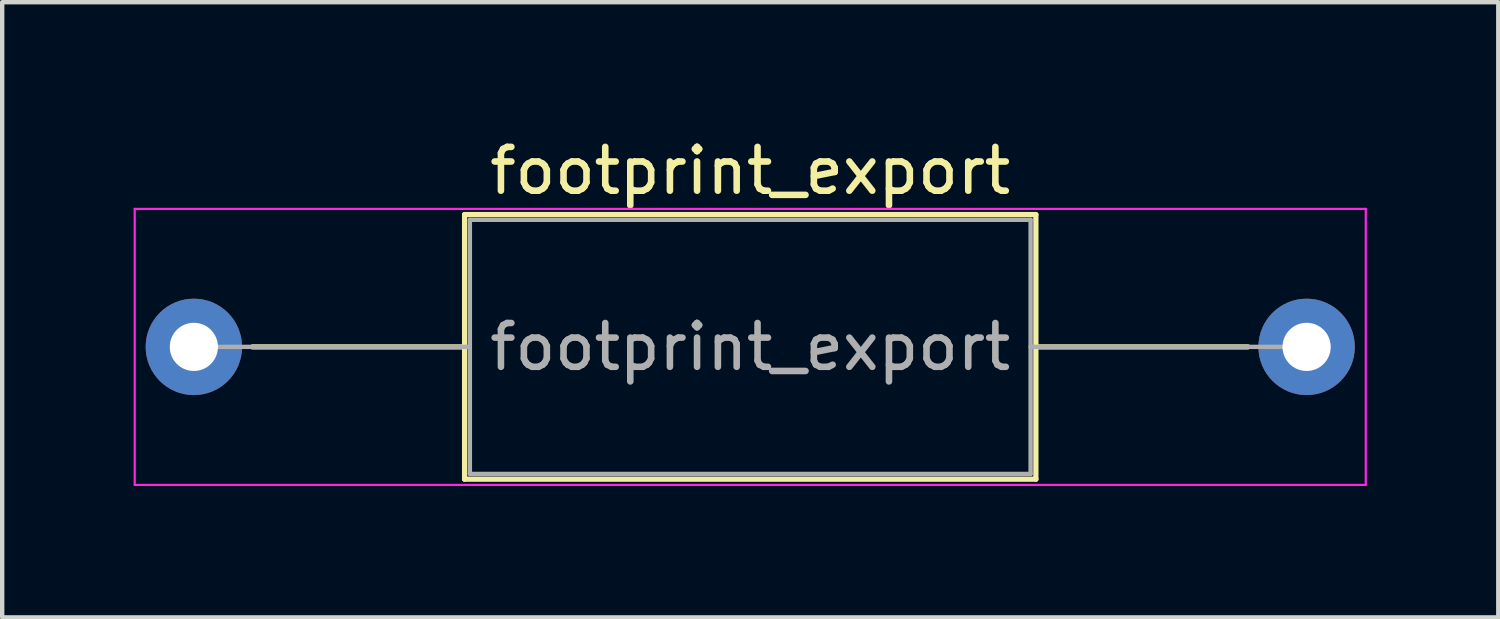
<source format=kicad_pcb>
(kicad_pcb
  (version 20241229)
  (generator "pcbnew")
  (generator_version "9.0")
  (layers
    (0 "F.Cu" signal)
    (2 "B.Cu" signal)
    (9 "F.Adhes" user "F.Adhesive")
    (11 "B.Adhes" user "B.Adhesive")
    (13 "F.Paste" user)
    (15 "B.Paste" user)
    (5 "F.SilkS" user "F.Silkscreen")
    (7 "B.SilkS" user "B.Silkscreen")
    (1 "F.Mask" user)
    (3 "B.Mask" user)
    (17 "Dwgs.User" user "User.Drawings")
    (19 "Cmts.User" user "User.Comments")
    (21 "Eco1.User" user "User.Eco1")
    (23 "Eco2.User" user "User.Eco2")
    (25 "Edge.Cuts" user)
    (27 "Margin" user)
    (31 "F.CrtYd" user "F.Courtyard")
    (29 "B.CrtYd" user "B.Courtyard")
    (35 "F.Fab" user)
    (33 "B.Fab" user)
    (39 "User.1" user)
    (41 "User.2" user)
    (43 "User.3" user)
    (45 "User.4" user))
  (footprint "footprint_export"
    (layer "F.Cu")
    (at 1.375 4.868)
    (property "Reference" "footprint_export" (at 12.7 -4.02 0) (layer "F.SilkS") (effects (font (size 1 1) (thickness 0.15))))
    (attr through_hole)
    (fp_line (start 1.34 0) (end 6.18 0) (stroke (width 0.12) (type solid)) (layer "F.SilkS"))
    (fp_line (start 6.18 -3.02) (end 6.18 3.02) (stroke (width 0.12) (type solid)) (layer "F.SilkS"))
    (fp_line (start 6.18 3.02) (end 19.22 3.02) (stroke (width 0.12) (type solid)) (layer "F.SilkS"))
    (fp_line (start 19.22 -3.02) (end 6.18 -3.02) (stroke (width 0.12) (type solid)) (layer "F.SilkS"))
    (fp_line (start 19.22 3.02) (end 19.22 -3.02) (stroke (width 0.12) (type solid)) (layer "F.SilkS"))
    (fp_line (start 24.06 0) (end 19.22 0) (stroke (width 0.12) (type solid)) (layer "F.SilkS"))
    (fp_line (start -1.35 -3.15) (end -1.35 3.15) (stroke (width 0.05) (type solid)) (layer "F.CrtYd"))
    (fp_line (start -1.35 3.15) (end 26.75 3.15) (stroke (width 0.05) (type solid)) (layer "F.CrtYd"))
    (fp_line (start 26.75 -3.15) (end -1.35 -3.15) (stroke (width 0.05) (type solid)) (layer "F.CrtYd"))
    (fp_line (start 26.75 3.15) (end 26.75 -3.15) (stroke (width 0.05) (type solid)) (layer "F.CrtYd"))
    (fp_line (start 0 0) (end 6.3 0) (stroke (width 0.1) (type solid)) (layer "F.Fab"))
    (fp_line (start 6.3 -2.9) (end 6.3 2.9) (stroke (width 0.1) (type solid)) (layer "F.Fab"))
    (fp_line (start 6.3 2.9) (end 19.1 2.9) (stroke (width 0.1) (type solid)) (layer "F.Fab"))
    (fp_line (start 19.1 -2.9) (end 6.3 -2.9) (stroke (width 0.1) (type solid)) (layer "F.Fab"))
    (fp_line (start 19.1 2.9) (end 19.1 -2.9) (stroke (width 0.1) (type solid)) (layer "F.Fab"))
    (fp_line (start 25.4 0) (end 19.1 0) (stroke (width 0.1) (type solid)) (layer "F.Fab"))
    (fp_text user "${REFERENCE}" (at 12.7 0 0) (layer "F.Fab") (effects (font (size 1 1) (thickness 0.15))))
    (pad "1" thru_hole circle (at 0 0) (size 2.2 2.2) (drill 1.1) (layers "*.Cu" "*.Mask"))
    (pad "2" thru_hole oval (at 25.4 0) (size 2.2 2.2) (drill 1.1) (layers "*.Cu" "*.Mask")))
  (gr_rect
    (start -3 -3)
    (end 31.15 11.043)
    (stroke (width 0.1) (type default))
    (fill no)
    (layer "Edge.Cuts")))
</source>
